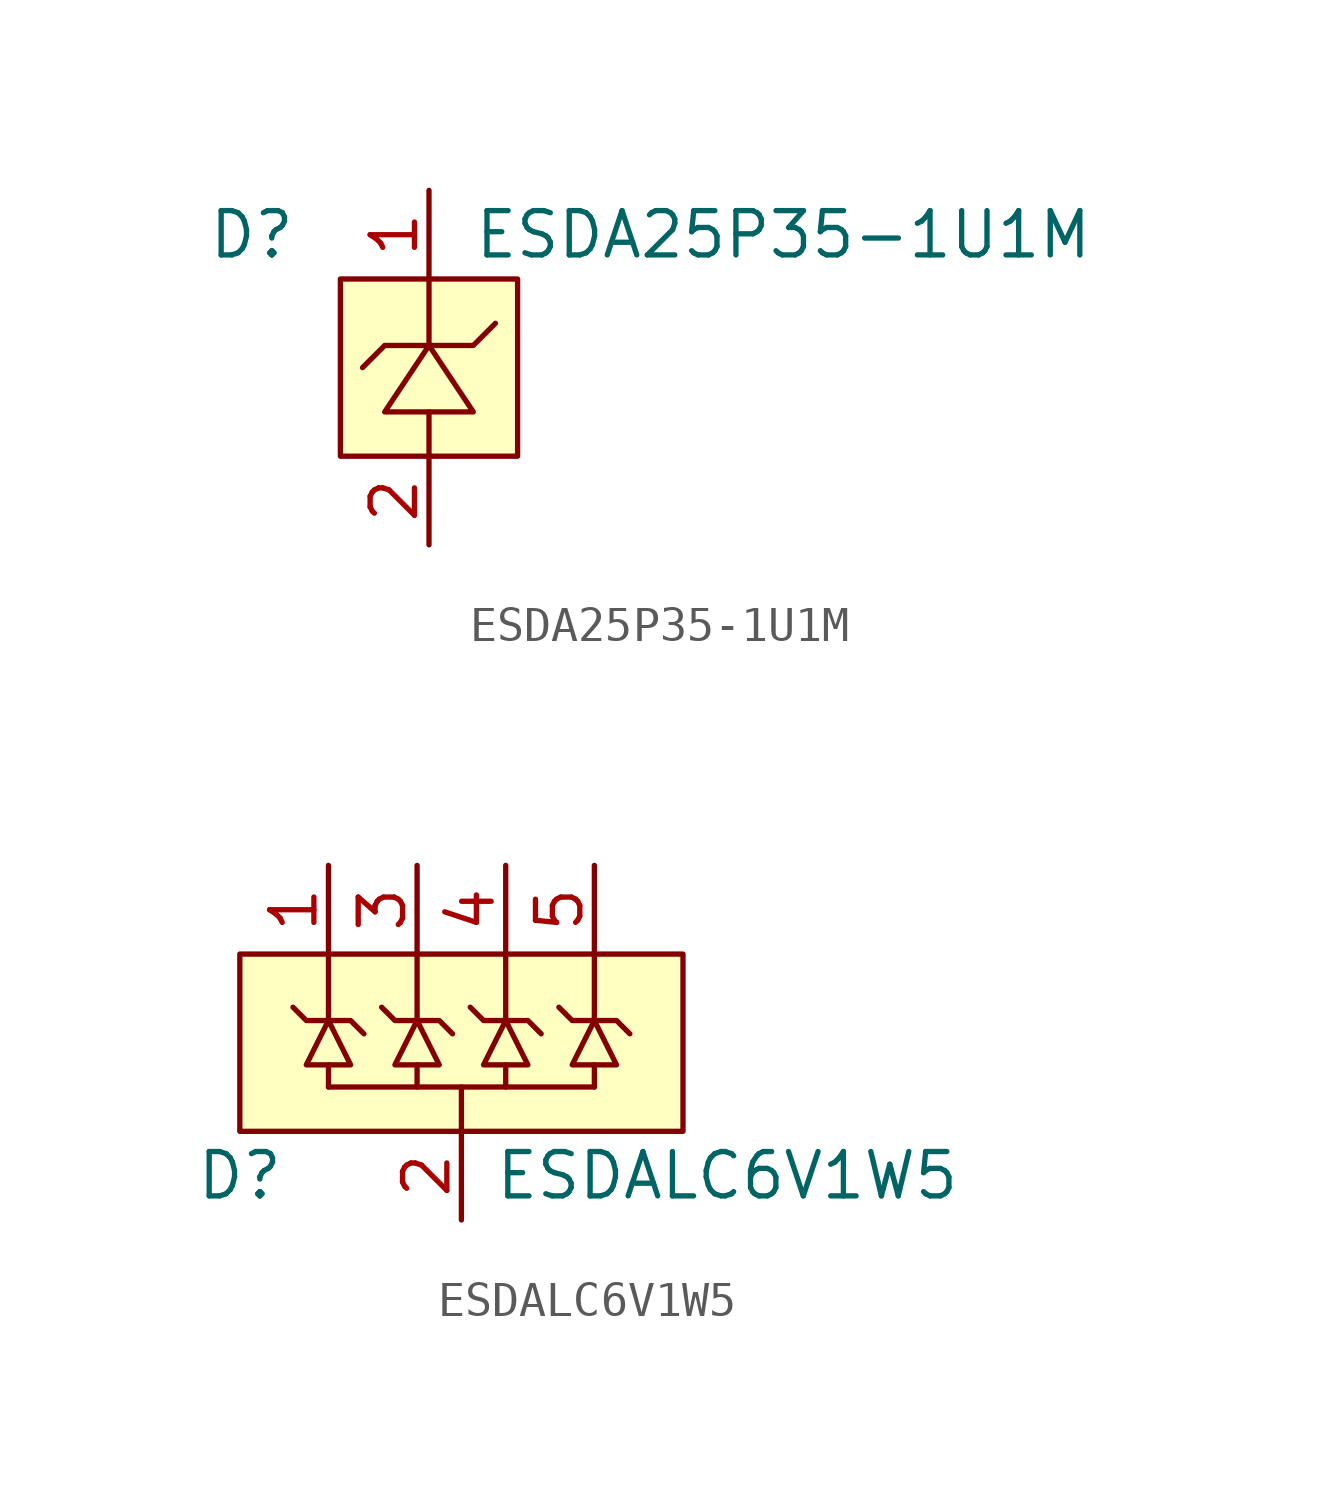
<source format=kicad_sym>
(kicad_symbol_lib
  (version 20220914)
  (generator kicad_symbol_editor)
  (symbol "ESDA25P35-1U1M"
    (property "Reference" "D"
      (at -5.08 3.81 0)
      (effects (font (size 1.27 1.27))))
    (property "Value" "ESDA25P35-1U1M"
      (at 10.16 3.81 0)
      (effects (font (size 1.27 1.27))))
    (symbol "ESDA25P35-1U1M_0_1"
      (polyline (pts (xy 0 -2.54) (xy 0 -1.27)) (stroke (width 0) (type default)) (fill (type none)))
      (polyline (pts (xy 0 2.54) (xy 0 0.635)) (stroke (width 0) (type default)) (fill (type none)))
      (polyline (pts (xy -1.27 -1.27) (xy 1.27 -1.27) (xy 0 0.635) (xy -1.27 -1.27)) (stroke (width 0) (type default)) (fill (type none)))
      (polyline (pts (xy 1.905 1.27) (xy 1.27 0.635) (xy -1.27 0.635) (xy -1.905 0)) (stroke (width 0) (type default)) (fill (type none))))
    (symbol "ESDA25P35-1U1M_1_1"
      (rectangle (start -2.54 2.54) (end 2.54 -2.54) (stroke (width 0) (type default)) (fill (type background)))
      (pin passive line (at 0 5.08 270) (length 2.54) (name "~" (effects (font (size 1.27 1.27)))) (number "1" (effects (font (size 1.27 1.27)))))
      (pin passive line (at 0 -5.08 90) (length 2.54) (name "~" (effects (font (size 1.27 1.27)))) (number "2" (effects (font (size 1.27 1.27)))))))
  (symbol "ESDALC6V1W5"
    (property "Reference" "D"
      (at -6.35 -3.81 0)
      (effects (font (size 1.27 1.27))))
    (property "Value" "ESDALC6V1W5"
      (at 7.62 -3.81 0)
      (effects (font (size 1.27 1.27))))
    (symbol "ESDALC6V1W5_0_1"
      (polyline (pts (xy -3.81 -0.635) (xy -3.81 -1.27)) (stroke (width 0) (type default)) (fill (type none)))
      (polyline (pts (xy -1.27 -0.635) (xy -1.27 -1.27)) (stroke (width 0) (type default)) (fill (type none)))
      (polyline (pts (xy 1.27 -0.635) (xy 1.27 -1.27)) (stroke (width 0) (type default)) (fill (type none)))
      (polyline (pts (xy 3.81 -1.27) (xy -3.81 -1.27)) (stroke (width 0) (type default)) (fill (type none)))
      (polyline (pts (xy 3.81 -0.635) (xy 3.81 -1.27)) (stroke (width 0) (type default)) (fill (type none)))
      (polyline (pts (xy -3.81 0.635) (xy -4.445 -0.635) (xy -3.175 -0.635) (xy -3.81 0.635)) (stroke (width 0) (type default)) (fill (type none)))
      (polyline (pts (xy -1.27 0.635) (xy -1.905 -0.635) (xy -0.635 -0.635) (xy -1.27 0.635)) (stroke (width 0) (type default)) (fill (type none)))
      (polyline (pts (xy 1.27 0.635) (xy 0.635 -0.635) (xy 1.905 -0.635) (xy 1.27 0.635)) (stroke (width 0) (type default)) (fill (type none)))
      (polyline (pts (xy 3.81 0.635) (xy 3.175 -0.635) (xy 4.445 -0.635) (xy 3.81 0.635)) (stroke (width 0) (type default)) (fill (type none)))
      (polyline (pts (xy -4.826 1.016) (xy -4.445 0.635) (xy -3.81 0.635) (xy -3.175 0.635) (xy -2.794 0.254)) (stroke (width 0) (type default)) (fill (type none)))
      (polyline (pts (xy -2.286 1.016) (xy -1.905 0.635) (xy -1.27 0.635) (xy -0.635 0.635) (xy -0.254 0.254)) (stroke (width 0) (type default)) (fill (type none)))
      (polyline (pts (xy 0.254 1.016) (xy 0.635 0.635) (xy 1.27 0.635) (xy 1.905 0.635) (xy 2.286 0.254)) (stroke (width 0) (type default)) (fill (type none)))
      (polyline (pts (xy 2.794 1.016) (xy 3.175 0.635) (xy 3.81 0.635) (xy 4.445 0.635) (xy 4.826 0.254)) (stroke (width 0) (type default)) (fill (type none))))
    (symbol "ESDALC6V1W5_1_1"
      (rectangle (start -6.35 2.54) (end 6.35 -2.54) (stroke (width 0) (type default)) (fill (type background)))
      (polyline (pts (xy -3.81 0.635) (xy -3.81 2.54)) (stroke (width 0) (type default)) (fill (type none)))
      (polyline (pts (xy -1.27 0.635) (xy -1.27 2.54)) (stroke (width 0) (type default)) (fill (type none)))
      (polyline (pts (xy 0 -2.54) (xy 0 -1.27)) (stroke (width 0) (type default)) (fill (type none)))
      (polyline (pts (xy 1.27 0.635) (xy 1.27 2.54)) (stroke (width 0) (type default)) (fill (type none)))
      (polyline (pts (xy 3.81 0.635) (xy 3.81 2.54)) (stroke (width 0) (type default)) (fill (type none)))
      (pin passive line (at -3.81 5.08 270) (length 2.54) (name "~" (effects (font (size 1.27 1.27)))) (number "1" (effects (font (size 1.27 1.27)))))
      (pin passive line (at 0 -5.08 90) (length 2.54) (name "~" (effects (font (size 1.27 1.27)))) (number "2" (effects (font (size 1.27 1.27)))))
      (pin passive line (at -1.27 5.08 270) (length 2.54) (name "~" (effects (font (size 1.27 1.27)))) (number "3" (effects (font (size 1.27 1.27)))))
      (pin passive line (at 1.27 5.08 270) (length 2.54) (name "~" (effects (font (size 1.27 1.27)))) (number "4" (effects (font (size 1.27 1.27)))))
      (pin passive line (at 3.81 5.08 270) (length 2.54) (name "~" (effects (font (size 1.27 1.27)))) (number "5" (effects (font (size 1.27 1.27))))))))
</source>
